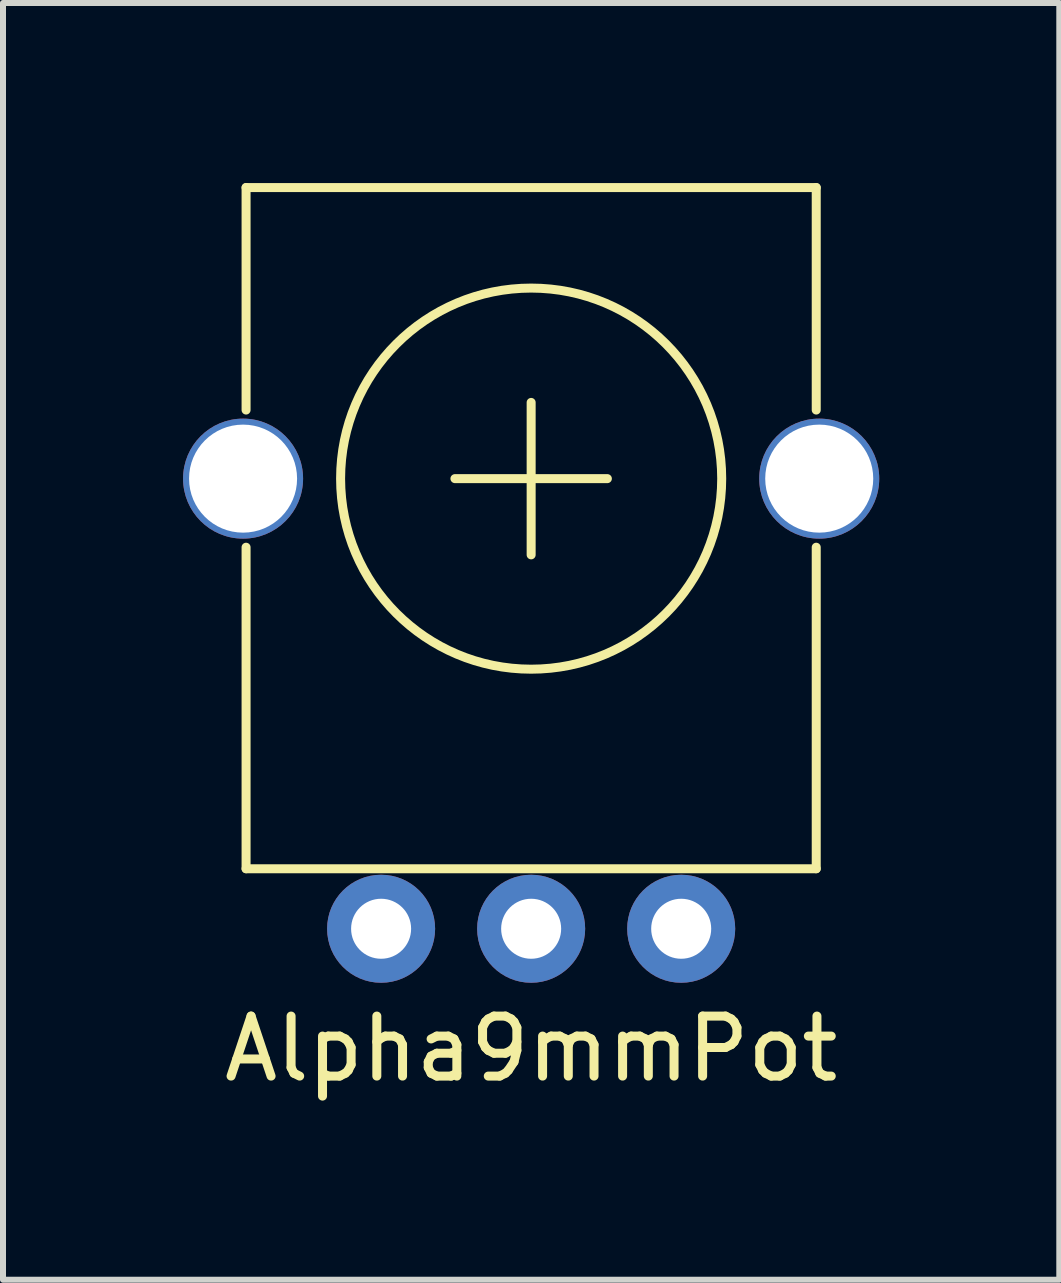
<source format=kicad_pcb>
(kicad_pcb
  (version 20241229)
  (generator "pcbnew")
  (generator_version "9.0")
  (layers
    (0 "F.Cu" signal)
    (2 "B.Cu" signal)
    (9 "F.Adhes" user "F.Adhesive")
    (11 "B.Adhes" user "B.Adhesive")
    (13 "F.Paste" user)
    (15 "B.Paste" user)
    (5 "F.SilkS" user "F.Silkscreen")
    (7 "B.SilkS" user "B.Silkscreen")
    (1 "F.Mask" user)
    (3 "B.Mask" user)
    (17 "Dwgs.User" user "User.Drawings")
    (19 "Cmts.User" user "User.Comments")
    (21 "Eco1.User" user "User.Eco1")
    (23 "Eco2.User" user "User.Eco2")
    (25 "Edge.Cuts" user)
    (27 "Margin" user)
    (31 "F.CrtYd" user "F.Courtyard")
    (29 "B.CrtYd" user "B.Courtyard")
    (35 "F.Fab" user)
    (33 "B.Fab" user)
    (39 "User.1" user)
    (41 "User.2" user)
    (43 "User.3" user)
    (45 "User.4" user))
  (footprint "Alpha9mmPot"
    (layer "F.Cu")
    (at 5.8 4.925)
    (property "Reference" "Alpha9mmPot" (at 0 9.5 0) (layer "F.SilkS") (effects (font (size 1 1) (thickness 0.15))))
    (attr through_hole)
    (fp_line (start -4.75 -4.85) (end -4.75 -1.143) (stroke (width 0.15) (type solid)) (layer "F.SilkS"))
    (fp_line (start -4.75 -4.85) (end 4.75 -4.85) (stroke (width 0.15) (type solid)) (layer "F.SilkS"))
    (fp_line (start -4.75 1.143) (end -4.75 6.5) (stroke (width 0.15) (type solid)) (layer "F.SilkS"))
    (fp_line (start -4.75 6.5) (end 4.75 6.5) (stroke (width 0.15) (type solid)) (layer "F.SilkS"))
    (fp_line (start -1.27 0) (end 1.27 0) (stroke (width 0.15) (type solid)) (layer "F.SilkS"))
    (fp_line (start 0 -1.27) (end 0 1.27) (stroke (width 0.15) (type solid)) (layer "F.SilkS"))
    (fp_line (start 4.75 -4.85) (end 4.75 -1.143) (stroke (width 0.15) (type solid)) (layer "F.SilkS"))
    (fp_line (start 4.75 1.143) (end 4.75 6.5) (stroke (width 0.15) (type solid)) (layer "F.SilkS"))
    (fp_circle (center 0 0) (end 3.175 0) (stroke (width 0.15) (type solid)) (fill no) (layer "F.SilkS"))
    (pad "" thru_hole circle (at -4.8 0) (size 2 2) (drill 1.8) (layers "*.Cu" "*.Mask"))
    (pad "" thru_hole circle (at 4.8 0) (size 2 2) (drill 1.8) (layers "*.Cu" "*.Mask"))
    (pad "1" thru_hole circle (at -2.5 7.5) (size 1.8 1.8) (drill 1) (layers "*.Cu" "*.Mask"))
    (pad "2" thru_hole circle (at 0 7.5) (size 1.8 1.8) (drill 1) (layers "*.Cu" "*.Mask"))
    (pad "3" thru_hole circle (at 2.5 7.5) (size 1.8 1.8) (drill 1) (layers "*.Cu" "*.Mask")))
  (gr_rect
    (start -3 -3)
    (end 14.6 18.273)
    (stroke (width 0.1) (type default))
    (fill no)
    (layer "Edge.Cuts")))
</source>
